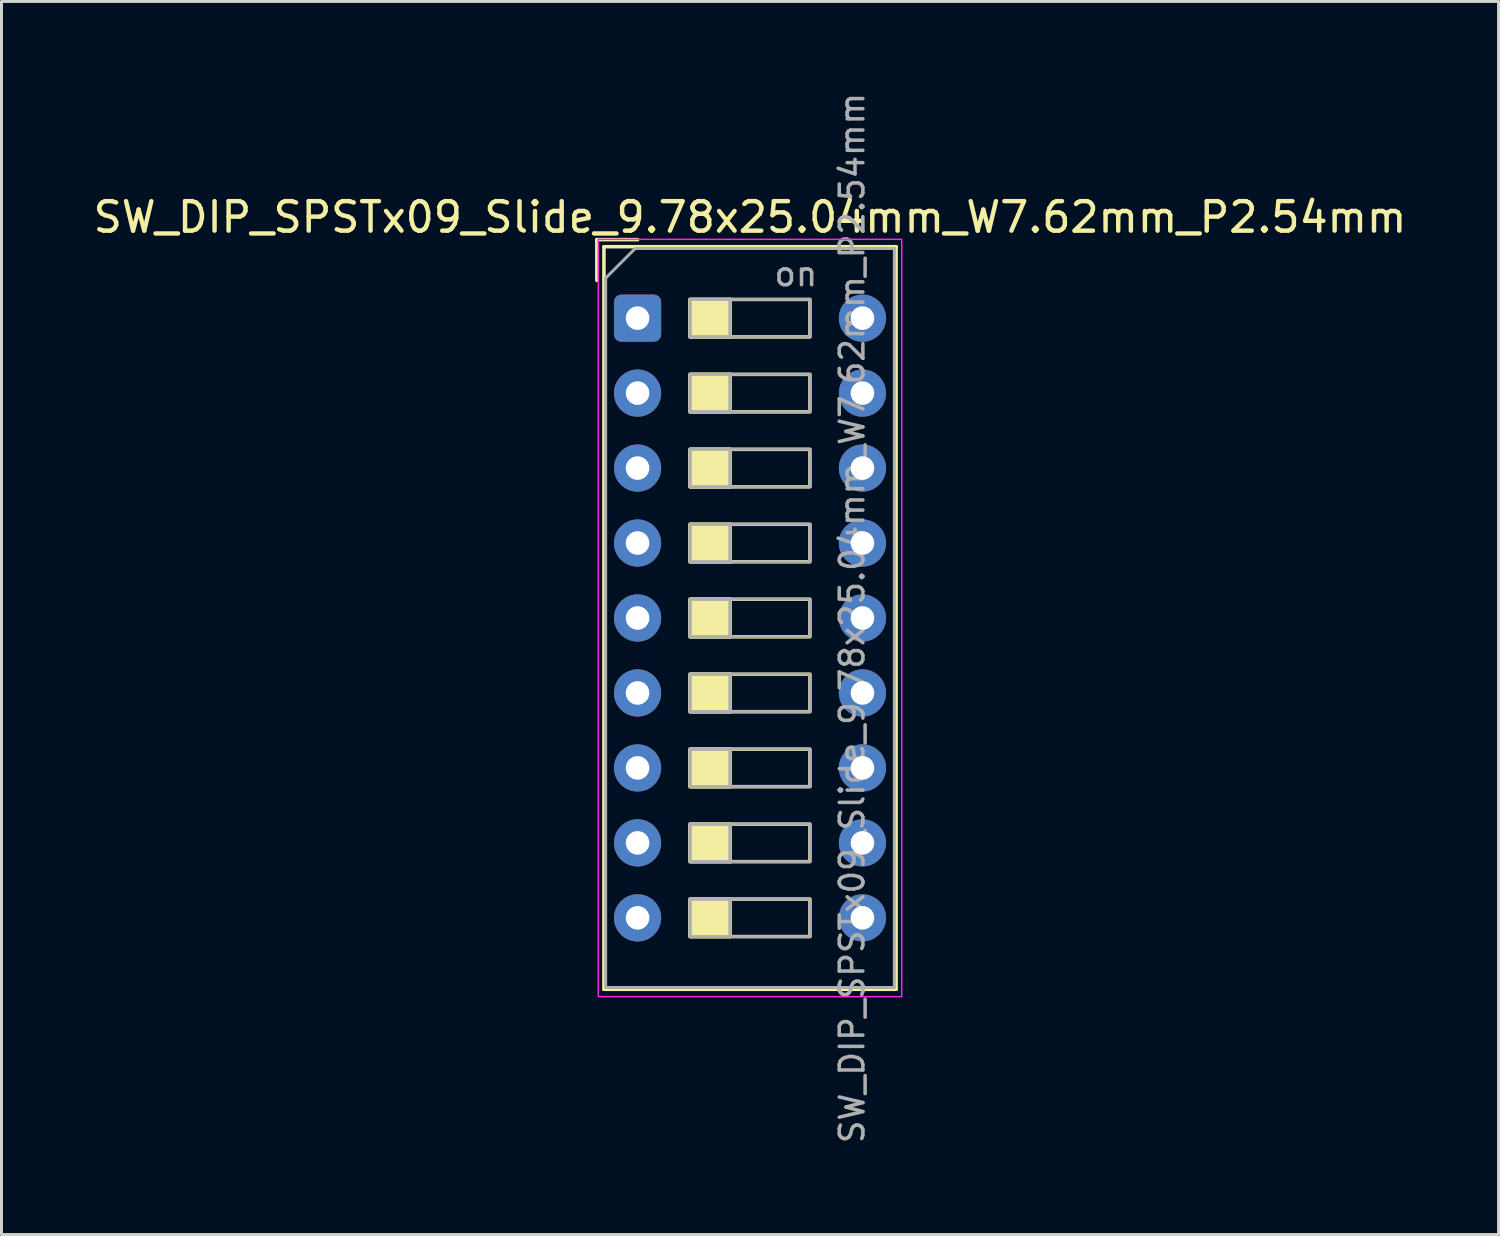
<source format=kicad_pcb>
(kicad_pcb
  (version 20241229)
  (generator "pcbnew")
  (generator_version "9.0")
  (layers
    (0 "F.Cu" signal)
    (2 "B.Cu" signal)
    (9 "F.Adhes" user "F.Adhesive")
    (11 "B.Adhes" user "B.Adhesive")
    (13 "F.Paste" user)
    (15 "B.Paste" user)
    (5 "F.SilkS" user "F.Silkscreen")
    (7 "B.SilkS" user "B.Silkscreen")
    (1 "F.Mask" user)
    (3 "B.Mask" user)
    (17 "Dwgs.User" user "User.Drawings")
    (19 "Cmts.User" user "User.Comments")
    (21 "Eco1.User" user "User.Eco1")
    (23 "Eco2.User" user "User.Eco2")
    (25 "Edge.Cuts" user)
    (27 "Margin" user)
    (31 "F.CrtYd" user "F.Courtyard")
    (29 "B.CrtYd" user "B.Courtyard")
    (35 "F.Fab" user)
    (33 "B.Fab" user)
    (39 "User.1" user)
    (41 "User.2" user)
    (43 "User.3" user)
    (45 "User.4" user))
  (footprint "SW_DIP_SPSTx09_Slide_9.78x25.04mm_W7.62mm_P2.54mm"
    (layer "F.Cu")
    (at 18.553 7.73)
    (property "Reference" "SW_DIP_SPSTx09_Slide_9.78x25.04mm_W7.62mm_P2.54mm" (at 3.81 -3.42 0) (layer "F.SilkS") (effects (font (size 1 1) (thickness 0.15))))
    (attr through_hole)
    (fp_line (start -1.38 -2.66) (end -1.38 -1.277) (stroke (width 0.12) (type solid)) (layer "F.SilkS"))
    (fp_line (start -1.38 -2.66) (end 0.003 -2.66) (stroke (width 0.12) (type solid)) (layer "F.SilkS"))
    (fp_line (start -1.14 -2.42) (end -1.14 22.74) (stroke (width 0.12) (type solid)) (layer "F.SilkS"))
    (fp_line (start -1.14 -2.42) (end 8.76 -2.42) (stroke (width 0.12) (type solid)) (layer "F.SilkS"))
    (fp_line (start -1.14 22.74) (end 8.76 22.74) (stroke (width 0.12) (type solid)) (layer "F.SilkS"))
    (fp_line (start 3.133 -0.635) (end 3.133 0.635) (stroke (width 0.12) (type solid)) (layer "F.SilkS"))
    (fp_line (start 3.133 1.905) (end 3.133 3.175) (stroke (width 0.12) (type solid)) (layer "F.SilkS"))
    (fp_line (start 3.133 4.445) (end 3.133 5.715) (stroke (width 0.12) (type solid)) (layer "F.SilkS"))
    (fp_line (start 3.133 6.985) (end 3.133 8.255) (stroke (width 0.12) (type solid)) (layer "F.SilkS"))
    (fp_line (start 3.133 9.525) (end 3.133 10.795) (stroke (width 0.12) (type solid)) (layer "F.SilkS"))
    (fp_line (start 3.133 12.065) (end 3.133 13.335) (stroke (width 0.12) (type solid)) (layer "F.SilkS"))
    (fp_line (start 3.133 14.605) (end 3.133 15.875) (stroke (width 0.12) (type solid)) (layer "F.SilkS"))
    (fp_line (start 3.133 17.145) (end 3.133 18.415) (stroke (width 0.12) (type solid)) (layer "F.SilkS"))
    (fp_line (start 3.133 19.685) (end 3.133 20.955) (stroke (width 0.12) (type solid)) (layer "F.SilkS"))
    (fp_line (start 8.76 -2.42) (end 8.76 22.74) (stroke (width 0.12) (type solid)) (layer "F.SilkS"))
    (fp_rect (start 1.78 -0.635) (end 3.133 0.635) (stroke (width 0.12) (type solid)) (fill yes) (layer "F.SilkS"))
    (fp_rect (start 1.78 -0.635) (end 5.84 0.635) (stroke (width 0.12) (type solid)) (fill no) (layer "F.SilkS"))
    (fp_rect (start 1.78 1.905) (end 3.133 3.175) (stroke (width 0.12) (type solid)) (fill yes) (layer "F.SilkS"))
    (fp_rect (start 1.78 1.905) (end 5.84 3.175) (stroke (width 0.12) (type solid)) (fill no) (layer "F.SilkS"))
    (fp_rect (start 1.78 4.445) (end 3.133 5.715) (stroke (width 0.12) (type solid)) (fill yes) (layer "F.SilkS"))
    (fp_rect (start 1.78 4.445) (end 5.84 5.715) (stroke (width 0.12) (type solid)) (fill no) (layer "F.SilkS"))
    (fp_rect (start 1.78 6.985) (end 3.133 8.255) (stroke (width 0.12) (type solid)) (fill yes) (layer "F.SilkS"))
    (fp_rect (start 1.78 6.985) (end 5.84 8.255) (stroke (width 0.12) (type solid)) (fill no) (layer "F.SilkS"))
    (fp_rect (start 1.78 9.525) (end 3.133 10.795) (stroke (width 0.12) (type solid)) (fill yes) (layer "F.SilkS"))
    (fp_rect (start 1.78 9.525) (end 5.84 10.795) (stroke (width 0.12) (type solid)) (fill no) (layer "F.SilkS"))
    (fp_rect (start 1.78 12.065) (end 3.133 13.335) (stroke (width 0.12) (type solid)) (fill yes) (layer "F.SilkS"))
    (fp_rect (start 1.78 12.065) (end 5.84 13.335) (stroke (width 0.12) (type solid)) (fill no) (layer "F.SilkS"))
    (fp_rect (start 1.78 14.605) (end 3.133 15.875) (stroke (width 0.12) (type solid)) (fill yes) (layer "F.SilkS"))
    (fp_rect (start 1.78 14.605) (end 5.84 15.875) (stroke (width 0.12) (type solid)) (fill no) (layer "F.SilkS"))
    (fp_rect (start 1.78 17.145) (end 3.133 18.415) (stroke (width 0.12) (type solid)) (fill yes) (layer "F.SilkS"))
    (fp_rect (start 1.78 17.145) (end 5.84 18.415) (stroke (width 0.12) (type solid)) (fill no) (layer "F.SilkS"))
    (fp_rect (start 1.78 19.685) (end 3.133 20.955) (stroke (width 0.12) (type solid)) (fill yes) (layer "F.SilkS"))
    (fp_rect (start 1.78 19.685) (end 5.84 20.955) (stroke (width 0.12) (type solid)) (fill no) (layer "F.SilkS"))
    (fp_rect (start -1.33 -2.67) (end 8.95 22.99) (stroke (width 0.05) (type solid)) (fill no) (layer "F.CrtYd"))
    (fp_line (start -1.08 -1.36) (end -0.08 -2.36) (stroke (width 0.1) (type solid)) (layer "F.Fab"))
    (fp_line (start -1.08 22.68) (end -1.08 -1.36) (stroke (width 0.1) (type solid)) (layer "F.Fab"))
    (fp_line (start -0.08 -2.36) (end 8.7 -2.36) (stroke (width 0.1) (type solid)) (layer "F.Fab"))
    (fp_line (start 3.133 -0.635) (end 3.133 0.635) (stroke (width 0.1) (type solid)) (layer "F.Fab"))
    (fp_line (start 3.133 1.905) (end 3.133 3.175) (stroke (width 0.1) (type solid)) (layer "F.Fab"))
    (fp_line (start 3.133 4.445) (end 3.133 5.715) (stroke (width 0.1) (type solid)) (layer "F.Fab"))
    (fp_line (start 3.133 6.985) (end 3.133 8.255) (stroke (width 0.1) (type solid)) (layer "F.Fab"))
    (fp_line (start 3.133 9.525) (end 3.133 10.795) (stroke (width 0.1) (type solid)) (layer "F.Fab"))
    (fp_line (start 3.133 12.065) (end 3.133 13.335) (stroke (width 0.1) (type solid)) (layer "F.Fab"))
    (fp_line (start 3.133 14.605) (end 3.133 15.875) (stroke (width 0.1) (type solid)) (layer "F.Fab"))
    (fp_line (start 3.133 17.145) (end 3.133 18.415) (stroke (width 0.1) (type solid)) (layer "F.Fab"))
    (fp_line (start 3.133 19.685) (end 3.133 20.955) (stroke (width 0.1) (type solid)) (layer "F.Fab"))
    (fp_line (start 8.7 -2.36) (end 8.7 22.68) (stroke (width 0.1) (type solid)) (layer "F.Fab"))
    (fp_line (start 8.7 22.68) (end -1.08 22.68) (stroke (width 0.1) (type solid)) (layer "F.Fab"))
    (fp_rect (start 1.78 -0.635) (end 3.133 0.635) (stroke (width 0.1) (type solid)) (fill no) (layer "F.Fab"))
    (fp_rect (start 1.78 -0.635) (end 5.84 0.635) (stroke (width 0.1) (type solid)) (fill no) (layer "F.Fab"))
    (fp_rect (start 1.78 1.905) (end 3.133 3.175) (stroke (width 0.1) (type solid)) (fill no) (layer "F.Fab"))
    (fp_rect (start 1.78 1.905) (end 5.84 3.175) (stroke (width 0.1) (type solid)) (fill no) (layer "F.Fab"))
    (fp_rect (start 1.78 4.445) (end 3.133 5.715) (stroke (width 0.1) (type solid)) (fill no) (layer "F.Fab"))
    (fp_rect (start 1.78 4.445) (end 5.84 5.715) (stroke (width 0.1) (type solid)) (fill no) (layer "F.Fab"))
    (fp_rect (start 1.78 6.985) (end 3.133 8.255) (stroke (width 0.1) (type solid)) (fill no) (layer "F.Fab"))
    (fp_rect (start 1.78 6.985) (end 5.84 8.255) (stroke (width 0.1) (type solid)) (fill no) (layer "F.Fab"))
    (fp_rect (start 1.78 9.525) (end 3.133 10.795) (stroke (width 0.1) (type solid)) (fill no) (layer "F.Fab"))
    (fp_rect (start 1.78 9.525) (end 5.84 10.795) (stroke (width 0.1) (type solid)) (fill no) (layer "F.Fab"))
    (fp_rect (start 1.78 12.065) (end 3.133 13.335) (stroke (width 0.1) (type solid)) (fill no) (layer "F.Fab"))
    (fp_rect (start 1.78 12.065) (end 5.84 13.335) (stroke (width 0.1) (type solid)) (fill no) (layer "F.Fab"))
    (fp_rect (start 1.78 14.605) (end 3.133 15.875) (stroke (width 0.1) (type solid)) (fill no) (layer "F.Fab"))
    (fp_rect (start 1.78 14.605) (end 5.84 15.875) (stroke (width 0.1) (type solid)) (fill no) (layer "F.Fab"))
    (fp_rect (start 1.78 17.145) (end 3.133 18.415) (stroke (width 0.1) (type solid)) (fill no) (layer "F.Fab"))
    (fp_rect (start 1.78 17.145) (end 5.84 18.415) (stroke (width 0.1) (type solid)) (fill no) (layer "F.Fab"))
    (fp_rect (start 1.78 19.685) (end 3.133 20.955) (stroke (width 0.1) (type solid)) (fill no) (layer "F.Fab"))
    (fp_rect (start 1.78 19.685) (end 5.84 20.955) (stroke (width 0.1) (type solid)) (fill no) (layer "F.Fab"))
    (fp_text user "on" (at 5.365 -1.498 0) (layer "F.Fab") (effects (font (size 0.8 0.8) (thickness 0.12))))
    (fp_text user "${REFERENCE}" (at 7.27 10.16 90) (layer "F.Fab") (effects (font (size 0.8 0.8) (thickness 0.12))))
    (pad "1" thru_hole roundrect (at 0 0) (size 1.6 1.6) (drill 0.8) (layers "*.Cu" "*.Mask") (roundrect_rratio 0.156))
    (pad "2" thru_hole circle (at 0 2.54) (size 1.6 1.6) (drill 0.8) (layers "*.Cu" "*.Mask"))
    (pad "3" thru_hole circle (at 0 5.08) (size 1.6 1.6) (drill 0.8) (layers "*.Cu" "*.Mask"))
    (pad "4" thru_hole circle (at 0 7.62) (size 1.6 1.6) (drill 0.8) (layers "*.Cu" "*.Mask"))
    (pad "5" thru_hole circle (at 0 10.16) (size 1.6 1.6) (drill 0.8) (layers "*.Cu" "*.Mask"))
    (pad "6" thru_hole circle (at 0 12.7) (size 1.6 1.6) (drill 0.8) (layers "*.Cu" "*.Mask"))
    (pad "7" thru_hole circle (at 0 15.24) (size 1.6 1.6) (drill 0.8) (layers "*.Cu" "*.Mask"))
    (pad "8" thru_hole circle (at 0 17.78) (size 1.6 1.6) (drill 0.8) (layers "*.Cu" "*.Mask"))
    (pad "9" thru_hole circle (at 0 20.32) (size 1.6 1.6) (drill 0.8) (layers "*.Cu" "*.Mask"))
    (pad "10" thru_hole circle (at 7.62 20.32) (size 1.6 1.6) (drill 0.8) (layers "*.Cu" "*.Mask"))
    (pad "11" thru_hole circle (at 7.62 17.78) (size 1.6 1.6) (drill 0.8) (layers "*.Cu" "*.Mask"))
    (pad "12" thru_hole circle (at 7.62 15.24) (size 1.6 1.6) (drill 0.8) (layers "*.Cu" "*.Mask"))
    (pad "13" thru_hole circle (at 7.62 12.7) (size 1.6 1.6) (drill 0.8) (layers "*.Cu" "*.Mask"))
    (pad "14" thru_hole circle (at 7.62 10.16) (size 1.6 1.6) (drill 0.8) (layers "*.Cu" "*.Mask"))
    (pad "15" thru_hole circle (at 7.62 7.62) (size 1.6 1.6) (drill 0.8) (layers "*.Cu" "*.Mask"))
    (pad "16" thru_hole circle (at 7.62 5.08) (size 1.6 1.6) (drill 0.8) (layers "*.Cu" "*.Mask"))
    (pad "17" thru_hole circle (at 7.62 2.54) (size 1.6 1.6) (drill 0.8) (layers "*.Cu" "*.Mask"))
    (pad "18" thru_hole circle (at 7.62 0) (size 1.6 1.6) (drill 0.8) (layers "*.Cu" "*.Mask")))
  (gr_rect
    (start -3 -3)
    (end 47.726 38.781)
    (stroke (width 0.1) (type default))
    (fill no)
    (layer "Edge.Cuts")))
</source>
